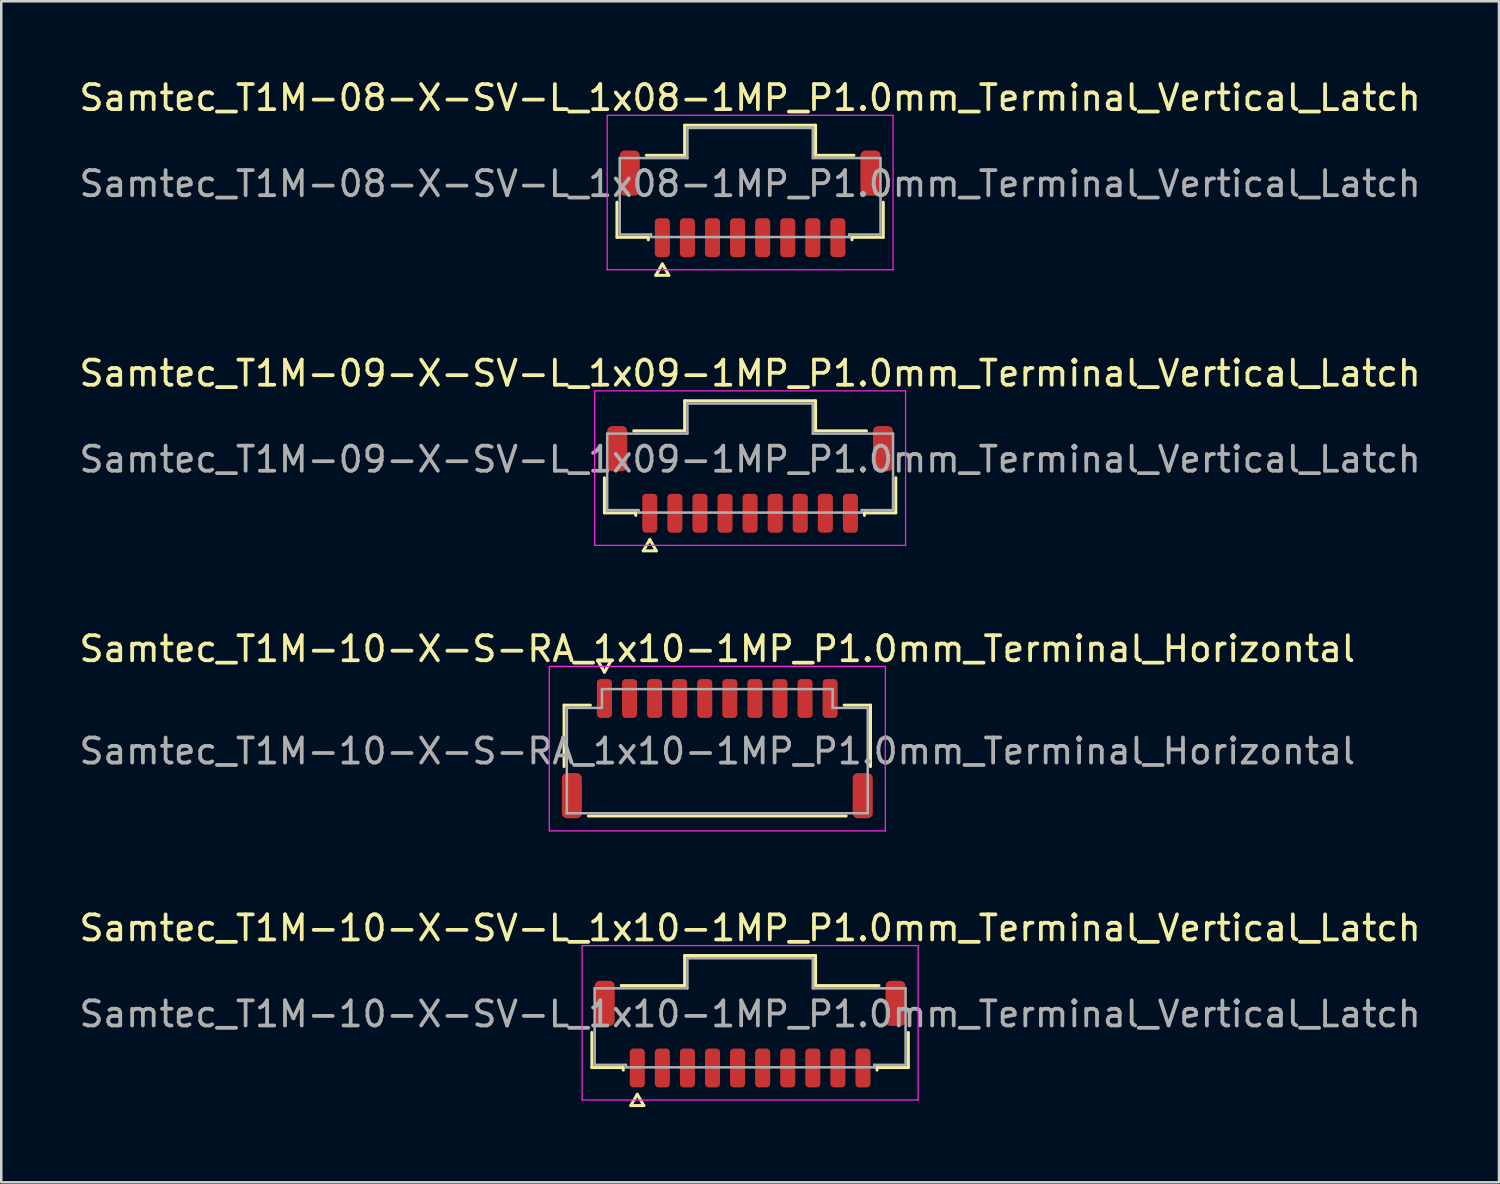
<source format=kicad_pcb>
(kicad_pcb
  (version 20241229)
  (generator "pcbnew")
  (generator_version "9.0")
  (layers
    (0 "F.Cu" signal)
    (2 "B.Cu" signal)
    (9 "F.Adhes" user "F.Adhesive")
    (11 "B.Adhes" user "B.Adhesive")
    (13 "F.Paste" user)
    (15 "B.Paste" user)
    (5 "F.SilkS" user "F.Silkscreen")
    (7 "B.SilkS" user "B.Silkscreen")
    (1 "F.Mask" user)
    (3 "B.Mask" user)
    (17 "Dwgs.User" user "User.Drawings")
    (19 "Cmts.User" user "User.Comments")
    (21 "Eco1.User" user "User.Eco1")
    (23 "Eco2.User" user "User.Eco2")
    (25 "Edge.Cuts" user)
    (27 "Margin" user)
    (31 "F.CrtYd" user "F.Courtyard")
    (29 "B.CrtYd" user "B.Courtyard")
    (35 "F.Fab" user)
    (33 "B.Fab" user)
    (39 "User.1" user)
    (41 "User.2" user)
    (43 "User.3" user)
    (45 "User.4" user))
  (footprint "Samtec_T1M-10-X-SV-L_1x10-1MP_P1.0mm_Terminal_Vertical_Latch"
    (layer "F.Cu")
    (at 26.863 37.388)
    (property "Reference" "Samtec_T1M-10-X-SV-L_1x10-1MP_P1.0mm_Terminal_Vertical_Latch" (at 0 -3.43 0) (layer "F.SilkS") (effects (font (size 1 1) (thickness 0.15))))
    (attr smd)
    (fp_line (start -6.31 2.135) (end -6.31 0.735) (stroke (width 0.12) (type solid)) (layer "F.SilkS"))
    (fp_line (start -5.14 -1.135) (end -2.61 -1.135) (stroke (width 0.12) (type solid)) (layer "F.SilkS"))
    (fp_line (start -5.06 2.135) (end -6.31 2.135) (stroke (width 0.12) (type solid)) (layer "F.SilkS"))
    (fp_line (start -5.06 2.235) (end -5.06 2.135) (stroke (width 0.12) (type solid)) (layer "F.SilkS"))
    (fp_line (start -4.76 3.65) (end -4.5 3.2) (stroke (width 0.12) (type solid)) (layer "F.SilkS"))
    (fp_line (start -4.5 3.2) (end -4.24 3.65) (stroke (width 0.12) (type solid)) (layer "F.SilkS"))
    (fp_line (start -4.24 3.65) (end -4.76 3.65) (stroke (width 0.12) (type solid)) (layer "F.SilkS"))
    (fp_line (start -2.61 -2.335) (end 2.61 -2.335) (stroke (width 0.12) (type solid)) (layer "F.SilkS"))
    (fp_line (start -2.61 -1.135) (end -2.61 -2.335) (stroke (width 0.12) (type solid)) (layer "F.SilkS"))
    (fp_line (start 2.61 -2.335) (end 2.61 -1.135) (stroke (width 0.12) (type solid)) (layer "F.SilkS"))
    (fp_line (start 2.61 -1.135) (end 5.14 -1.135) (stroke (width 0.12) (type solid)) (layer "F.SilkS"))
    (fp_line (start 5.06 2.135) (end 5.06 2.235) (stroke (width 0.12) (type solid)) (layer "F.SilkS"))
    (fp_line (start 6.31 0.735) (end 6.31 2.135) (stroke (width 0.12) (type solid)) (layer "F.SilkS"))
    (fp_line (start 6.31 2.135) (end 5.06 2.135) (stroke (width 0.12) (type solid)) (layer "F.SilkS"))
    (fp_line (start -6.7 -2.73) (end -6.7 3.43) (stroke (width 0.05) (type solid)) (layer "F.CrtYd"))
    (fp_line (start -6.7 3.43) (end 6.7 3.43) (stroke (width 0.05) (type solid)) (layer "F.CrtYd"))
    (fp_line (start 6.7 -2.73) (end -6.7 -2.73) (stroke (width 0.05) (type solid)) (layer "F.CrtYd"))
    (fp_line (start 6.7 3.43) (end 6.7 -2.73) (stroke (width 0.05) (type solid)) (layer "F.CrtYd"))
    (fp_line (start -6.2 -1.025) (end -2.5 -1.025) (stroke (width 0.1) (type solid)) (layer "F.Fab"))
    (fp_line (start -6.2 2.025) (end -6.2 -1.025) (stroke (width 0.1) (type solid)) (layer "F.Fab"))
    (fp_line (start -4.95 2.025) (end -6.2 2.025) (stroke (width 0.1) (type solid)) (layer "F.Fab"))
    (fp_line (start -4.95 2.125) (end -4.95 2.025) (stroke (width 0.1) (type solid)) (layer "F.Fab"))
    (fp_line (start -2.5 -2.225) (end 2.5 -2.225) (stroke (width 0.1) (type solid)) (layer "F.Fab"))
    (fp_line (start -2.5 -1.025) (end -2.5 -2.225) (stroke (width 0.1) (type solid)) (layer "F.Fab"))
    (fp_line (start 2.5 -2.225) (end 2.5 -1.025) (stroke (width 0.1) (type solid)) (layer "F.Fab"))
    (fp_line (start 2.5 -1.025) (end 6.2 -1.025) (stroke (width 0.1) (type solid)) (layer "F.Fab"))
    (fp_line (start 4.95 2.025) (end 4.95 2.125) (stroke (width 0.1) (type solid)) (layer "F.Fab"))
    (fp_line (start 4.95 2.125) (end -4.95 2.125) (stroke (width 0.1) (type solid)) (layer "F.Fab"))
    (fp_line (start 6.2 -1.025) (end 6.2 2.025) (stroke (width 0.1) (type solid)) (layer "F.Fab"))
    (fp_line (start 6.2 2.025) (end 4.95 2.025) (stroke (width 0.1) (type solid)) (layer "F.Fab"))
    (fp_text user "${REFERENCE}" (at 0 0 0) (layer "F.Fab") (effects (font (size 1 1) (thickness 0.15))))
    (pad "1" smd roundrect (at -4.5 2.15) (size 0.6 1.55) (layers "F.Cu" "F.Mask" "F.Paste") (roundrect_rratio 0.25))
    (pad "2" smd roundrect (at -3.5 2.15) (size 0.6 1.55) (layers "F.Cu" "F.Mask" "F.Paste") (roundrect_rratio 0.25))
    (pad "3" smd roundrect (at -2.5 2.15) (size 0.6 1.55) (layers "F.Cu" "F.Mask" "F.Paste") (roundrect_rratio 0.25))
    (pad "4" smd roundrect (at -1.5 2.15) (size 0.6 1.55) (layers "F.Cu" "F.Mask" "F.Paste") (roundrect_rratio 0.25))
    (pad "5" smd roundrect (at -0.5 2.15) (size 0.6 1.55) (layers "F.Cu" "F.Mask" "F.Paste") (roundrect_rratio 0.25))
    (pad "6" smd roundrect (at 0.5 2.15) (size 0.6 1.55) (layers "F.Cu" "F.Mask" "F.Paste") (roundrect_rratio 0.25))
    (pad "7" smd roundrect (at 1.5 2.15) (size 0.6 1.55) (layers "F.Cu" "F.Mask" "F.Paste") (roundrect_rratio 0.25))
    (pad "8" smd roundrect (at 2.5 2.15) (size 0.6 1.55) (layers "F.Cu" "F.Mask" "F.Paste") (roundrect_rratio 0.25))
    (pad "9" smd roundrect (at 3.5 2.15) (size 0.6 1.55) (layers "F.Cu" "F.Mask" "F.Paste") (roundrect_rratio 0.25))
    (pad "10" smd roundrect (at 4.5 2.15) (size 0.6 1.55) (layers "F.Cu" "F.Mask" "F.Paste") (roundrect_rratio 0.25))
    (pad "MP" smd roundrect (at -5.8 -0.425) (size 0.8 1.8) (layers "F.Cu" "F.Mask" "F.Paste") (roundrect_rratio 0.25))
    (pad "MP" smd roundrect (at 5.8 -0.425) (size 0.8 1.8) (layers "F.Cu" "F.Mask" "F.Paste") (roundrect_rratio 0.25)))
  (footprint "Samtec_T1M-08-X-SV-L_1x08-1MP_P1.0mm_Terminal_Vertical_Latch"
    (layer "F.Cu")
    (at 26.863 4.278)
    (property "Reference" "Samtec_T1M-08-X-SV-L_1x08-1MP_P1.0mm_Terminal_Vertical_Latch" (at 0 -3.43 0) (layer "F.SilkS") (effects (font (size 1 1) (thickness 0.15))))
    (attr smd)
    (fp_line (start -5.31 2.135) (end -5.31 0.735) (stroke (width 0.12) (type solid)) (layer "F.SilkS"))
    (fp_line (start -4.14 -1.135) (end -2.61 -1.135) (stroke (width 0.12) (type solid)) (layer "F.SilkS"))
    (fp_line (start -4.06 2.135) (end -5.31 2.135) (stroke (width 0.12) (type solid)) (layer "F.SilkS"))
    (fp_line (start -4.06 2.235) (end -4.06 2.135) (stroke (width 0.12) (type solid)) (layer "F.SilkS"))
    (fp_line (start -3.76 3.65) (end -3.5 3.2) (stroke (width 0.12) (type solid)) (layer "F.SilkS"))
    (fp_line (start -3.5 3.2) (end -3.24 3.65) (stroke (width 0.12) (type solid)) (layer "F.SilkS"))
    (fp_line (start -3.24 3.65) (end -3.76 3.65) (stroke (width 0.12) (type solid)) (layer "F.SilkS"))
    (fp_line (start -2.61 -2.335) (end 2.61 -2.335) (stroke (width 0.12) (type solid)) (layer "F.SilkS"))
    (fp_line (start -2.61 -1.135) (end -2.61 -2.335) (stroke (width 0.12) (type solid)) (layer "F.SilkS"))
    (fp_line (start 2.61 -2.335) (end 2.61 -1.135) (stroke (width 0.12) (type solid)) (layer "F.SilkS"))
    (fp_line (start 2.61 -1.135) (end 4.14 -1.135) (stroke (width 0.12) (type solid)) (layer "F.SilkS"))
    (fp_line (start 4.06 2.135) (end 4.06 2.235) (stroke (width 0.12) (type solid)) (layer "F.SilkS"))
    (fp_line (start 5.31 0.735) (end 5.31 2.135) (stroke (width 0.12) (type solid)) (layer "F.SilkS"))
    (fp_line (start 5.31 2.135) (end 4.06 2.135) (stroke (width 0.12) (type solid)) (layer "F.SilkS"))
    (fp_line (start -5.7 -2.73) (end -5.7 3.43) (stroke (width 0.05) (type solid)) (layer "F.CrtYd"))
    (fp_line (start -5.7 3.43) (end 5.7 3.43) (stroke (width 0.05) (type solid)) (layer "F.CrtYd"))
    (fp_line (start 5.7 -2.73) (end -5.7 -2.73) (stroke (width 0.05) (type solid)) (layer "F.CrtYd"))
    (fp_line (start 5.7 3.43) (end 5.7 -2.73) (stroke (width 0.05) (type solid)) (layer "F.CrtYd"))
    (fp_line (start -5.2 -1.025) (end -2.5 -1.025) (stroke (width 0.1) (type solid)) (layer "F.Fab"))
    (fp_line (start -5.2 2.025) (end -5.2 -1.025) (stroke (width 0.1) (type solid)) (layer "F.Fab"))
    (fp_line (start -3.95 2.025) (end -5.2 2.025) (stroke (width 0.1) (type solid)) (layer "F.Fab"))
    (fp_line (start -3.95 2.125) (end -3.95 2.025) (stroke (width 0.1) (type solid)) (layer "F.Fab"))
    (fp_line (start -2.5 -2.225) (end 2.5 -2.225) (stroke (width 0.1) (type solid)) (layer "F.Fab"))
    (fp_line (start -2.5 -1.025) (end -2.5 -2.225) (stroke (width 0.1) (type solid)) (layer "F.Fab"))
    (fp_line (start 2.5 -2.225) (end 2.5 -1.025) (stroke (width 0.1) (type solid)) (layer "F.Fab"))
    (fp_line (start 2.5 -1.025) (end 5.2 -1.025) (stroke (width 0.1) (type solid)) (layer "F.Fab"))
    (fp_line (start 3.95 2.025) (end 3.95 2.125) (stroke (width 0.1) (type solid)) (layer "F.Fab"))
    (fp_line (start 3.95 2.125) (end -3.95 2.125) (stroke (width 0.1) (type solid)) (layer "F.Fab"))
    (fp_line (start 5.2 -1.025) (end 5.2 2.025) (stroke (width 0.1) (type solid)) (layer "F.Fab"))
    (fp_line (start 5.2 2.025) (end 3.95 2.025) (stroke (width 0.1) (type solid)) (layer "F.Fab"))
    (fp_text user "${REFERENCE}" (at 0 0 0) (layer "F.Fab") (effects (font (size 1 1) (thickness 0.15))))
    (pad "1" smd roundrect (at -3.5 2.15) (size 0.6 1.55) (layers "F.Cu" "F.Mask" "F.Paste") (roundrect_rratio 0.25))
    (pad "2" smd roundrect (at -2.5 2.15) (size 0.6 1.55) (layers "F.Cu" "F.Mask" "F.Paste") (roundrect_rratio 0.25))
    (pad "3" smd roundrect (at -1.5 2.15) (size 0.6 1.55) (layers "F.Cu" "F.Mask" "F.Paste") (roundrect_rratio 0.25))
    (pad "4" smd roundrect (at -0.5 2.15) (size 0.6 1.55) (layers "F.Cu" "F.Mask" "F.Paste") (roundrect_rratio 0.25))
    (pad "5" smd roundrect (at 0.5 2.15) (size 0.6 1.55) (layers "F.Cu" "F.Mask" "F.Paste") (roundrect_rratio 0.25))
    (pad "6" smd roundrect (at 1.5 2.15) (size 0.6 1.55) (layers "F.Cu" "F.Mask" "F.Paste") (roundrect_rratio 0.25))
    (pad "7" smd roundrect (at 2.5 2.15) (size 0.6 1.55) (layers "F.Cu" "F.Mask" "F.Paste") (roundrect_rratio 0.25))
    (pad "8" smd roundrect (at 3.5 2.15) (size 0.6 1.55) (layers "F.Cu" "F.Mask" "F.Paste") (roundrect_rratio 0.25))
    (pad "MP" smd roundrect (at -4.8 -0.425) (size 0.8 1.8) (layers "F.Cu" "F.Mask" "F.Paste") (roundrect_rratio 0.25))
    (pad "MP" smd roundrect (at 4.8 -0.425) (size 0.8 1.8) (layers "F.Cu" "F.Mask" "F.Paste") (roundrect_rratio 0.25)))
  (footprint "Samtec_T1M-09-X-SV-L_1x09-1MP_P1.0mm_Terminal_Vertical_Latch"
    (layer "F.Cu")
    (at 26.863 15.267)
    (property "Reference" "Samtec_T1M-09-X-SV-L_1x09-1MP_P1.0mm_Terminal_Vertical_Latch" (at 0 -3.43 0) (layer "F.SilkS") (effects (font (size 1 1) (thickness 0.15))))
    (attr smd)
    (fp_line (start -5.81 2.135) (end -5.81 0.735) (stroke (width 0.12) (type solid)) (layer "F.SilkS"))
    (fp_line (start -4.64 -1.135) (end -2.61 -1.135) (stroke (width 0.12) (type solid)) (layer "F.SilkS"))
    (fp_line (start -4.56 2.135) (end -5.81 2.135) (stroke (width 0.12) (type solid)) (layer "F.SilkS"))
    (fp_line (start -4.56 2.235) (end -4.56 2.135) (stroke (width 0.12) (type solid)) (layer "F.SilkS"))
    (fp_line (start -4.26 3.65) (end -4 3.2) (stroke (width 0.12) (type solid)) (layer "F.SilkS"))
    (fp_line (start -4 3.2) (end -3.74 3.65) (stroke (width 0.12) (type solid)) (layer "F.SilkS"))
    (fp_line (start -3.74 3.65) (end -4.26 3.65) (stroke (width 0.12) (type solid)) (layer "F.SilkS"))
    (fp_line (start -2.61 -2.335) (end 2.61 -2.335) (stroke (width 0.12) (type solid)) (layer "F.SilkS"))
    (fp_line (start -2.61 -1.135) (end -2.61 -2.335) (stroke (width 0.12) (type solid)) (layer "F.SilkS"))
    (fp_line (start 2.61 -2.335) (end 2.61 -1.135) (stroke (width 0.12) (type solid)) (layer "F.SilkS"))
    (fp_line (start 2.61 -1.135) (end 4.64 -1.135) (stroke (width 0.12) (type solid)) (layer "F.SilkS"))
    (fp_line (start 4.56 2.135) (end 4.56 2.235) (stroke (width 0.12) (type solid)) (layer "F.SilkS"))
    (fp_line (start 5.81 0.735) (end 5.81 2.135) (stroke (width 0.12) (type solid)) (layer "F.SilkS"))
    (fp_line (start 5.81 2.135) (end 4.56 2.135) (stroke (width 0.12) (type solid)) (layer "F.SilkS"))
    (fp_line (start -6.2 -2.73) (end -6.2 3.43) (stroke (width 0.05) (type solid)) (layer "F.CrtYd"))
    (fp_line (start -6.2 3.43) (end 6.2 3.43) (stroke (width 0.05) (type solid)) (layer "F.CrtYd"))
    (fp_line (start 6.2 -2.73) (end -6.2 -2.73) (stroke (width 0.05) (type solid)) (layer "F.CrtYd"))
    (fp_line (start 6.2 3.43) (end 6.2 -2.73) (stroke (width 0.05) (type solid)) (layer "F.CrtYd"))
    (fp_line (start -5.7 -1.025) (end -2.5 -1.025) (stroke (width 0.1) (type solid)) (layer "F.Fab"))
    (fp_line (start -5.7 2.025) (end -5.7 -1.025) (stroke (width 0.1) (type solid)) (layer "F.Fab"))
    (fp_line (start -4.45 2.025) (end -5.7 2.025) (stroke (width 0.1) (type solid)) (layer "F.Fab"))
    (fp_line (start -4.45 2.125) (end -4.45 2.025) (stroke (width 0.1) (type solid)) (layer "F.Fab"))
    (fp_line (start -2.5 -2.225) (end 2.5 -2.225) (stroke (width 0.1) (type solid)) (layer "F.Fab"))
    (fp_line (start -2.5 -1.025) (end -2.5 -2.225) (stroke (width 0.1) (type solid)) (layer "F.Fab"))
    (fp_line (start 2.5 -2.225) (end 2.5 -1.025) (stroke (width 0.1) (type solid)) (layer "F.Fab"))
    (fp_line (start 2.5 -1.025) (end 5.7 -1.025) (stroke (width 0.1) (type solid)) (layer "F.Fab"))
    (fp_line (start 4.45 2.025) (end 4.45 2.125) (stroke (width 0.1) (type solid)) (layer "F.Fab"))
    (fp_line (start 4.45 2.125) (end -4.45 2.125) (stroke (width 0.1) (type solid)) (layer "F.Fab"))
    (fp_line (start 5.7 -1.025) (end 5.7 2.025) (stroke (width 0.1) (type solid)) (layer "F.Fab"))
    (fp_line (start 5.7 2.025) (end 4.45 2.025) (stroke (width 0.1) (type solid)) (layer "F.Fab"))
    (fp_text user "${REFERENCE}" (at 0 0 0) (layer "F.Fab") (effects (font (size 1 1) (thickness 0.15))))
    (pad "1" smd roundrect (at -4 2.15) (size 0.6 1.55) (layers "F.Cu" "F.Mask" "F.Paste") (roundrect_rratio 0.25))
    (pad "2" smd roundrect (at -3 2.15) (size 0.6 1.55) (layers "F.Cu" "F.Mask" "F.Paste") (roundrect_rratio 0.25))
    (pad "3" smd roundrect (at -2 2.15) (size 0.6 1.55) (layers "F.Cu" "F.Mask" "F.Paste") (roundrect_rratio 0.25))
    (pad "4" smd roundrect (at -1 2.15) (size 0.6 1.55) (layers "F.Cu" "F.Mask" "F.Paste") (roundrect_rratio 0.25))
    (pad "5" smd roundrect (at 0 2.15) (size 0.6 1.55) (layers "F.Cu" "F.Mask" "F.Paste") (roundrect_rratio 0.25))
    (pad "6" smd roundrect (at 1 2.15) (size 0.6 1.55) (layers "F.Cu" "F.Mask" "F.Paste") (roundrect_rratio 0.25))
    (pad "7" smd roundrect (at 2 2.15) (size 0.6 1.55) (layers "F.Cu" "F.Mask" "F.Paste") (roundrect_rratio 0.25))
    (pad "8" smd roundrect (at 3 2.15) (size 0.6 1.55) (layers "F.Cu" "F.Mask" "F.Paste") (roundrect_rratio 0.25))
    (pad "9" smd roundrect (at 4 2.15) (size 0.6 1.55) (layers "F.Cu" "F.Mask" "F.Paste") (roundrect_rratio 0.25))
    (pad "MP" smd roundrect (at -5.3 -0.425) (size 0.8 1.8) (layers "F.Cu" "F.Mask" "F.Paste") (roundrect_rratio 0.25))
    (pad "MP" smd roundrect (at 5.3 -0.425) (size 0.8 1.8) (layers "F.Cu" "F.Mask" "F.Paste") (roundrect_rratio 0.25)))
  (footprint "Samtec_T1M-10-X-S-RA_1x10-1MP_P1.0mm_Terminal_Horizontal"
    (layer "F.Cu")
    (at 25.554 26.905)
    (property "Reference" "Samtec_T1M-10-X-S-RA_1x10-1MP_P1.0mm_Terminal_Horizontal" (at 0 -4.08 0) (layer "F.SilkS") (effects (font (size 1 1) (thickness 0.15))))
    (attr smd)
    (fp_line (start -6.11 -1.835) (end -5.06 -1.835) (stroke (width 0.12) (type solid)) (layer "F.SilkS"))
    (fp_line (start -6.11 0.615) (end -6.11 -1.835) (stroke (width 0.12) (type solid)) (layer "F.SilkS"))
    (fp_line (start -4.76 -3.6) (end -4.5 -3.15) (stroke (width 0.12) (type solid)) (layer "F.SilkS"))
    (fp_line (start -4.5 -3.15) (end -4.24 -3.6) (stroke (width 0.12) (type solid)) (layer "F.SilkS"))
    (fp_line (start -4.24 -3.6) (end -4.76 -3.6) (stroke (width 0.12) (type solid)) (layer "F.SilkS"))
    (fp_line (start 5.06 -1.835) (end 6.11 -1.835) (stroke (width 0.12) (type solid)) (layer "F.SilkS"))
    (fp_line (start 5.14 2.585) (end -5.14 2.585) (stroke (width 0.12) (type solid)) (layer "F.SilkS"))
    (fp_line (start 6.11 -1.835) (end 6.11 0.615) (stroke (width 0.12) (type solid)) (layer "F.SilkS"))
    (fp_line (start -6.7 -3.38) (end -6.7 3.18) (stroke (width 0.05) (type solid)) (layer "F.CrtYd"))
    (fp_line (start -6.7 3.18) (end 6.7 3.18) (stroke (width 0.05) (type solid)) (layer "F.CrtYd"))
    (fp_line (start 6.7 -3.38) (end -6.7 -3.38) (stroke (width 0.05) (type solid)) (layer "F.CrtYd"))
    (fp_line (start 6.7 3.18) (end 6.7 -3.38) (stroke (width 0.05) (type solid)) (layer "F.CrtYd"))
    (fp_line (start -6 -1.725) (end -4.6 -1.725) (stroke (width 0.1) (type solid)) (layer "F.Fab"))
    (fp_line (start -6 2.475) (end -6 -1.725) (stroke (width 0.1) (type solid)) (layer "F.Fab"))
    (fp_line (start -4.6 -2.475) (end 4.6 -2.475) (stroke (width 0.1) (type solid)) (layer "F.Fab"))
    (fp_line (start -4.6 -1.725) (end -4.6 -2.475) (stroke (width 0.1) (type solid)) (layer "F.Fab"))
    (fp_line (start 4.6 -2.475) (end 4.6 -1.725) (stroke (width 0.1) (type solid)) (layer "F.Fab"))
    (fp_line (start 4.6 -1.725) (end 6 -1.725) (stroke (width 0.1) (type solid)) (layer "F.Fab"))
    (fp_line (start 6 -1.725) (end 6 2.475) (stroke (width 0.1) (type solid)) (layer "F.Fab"))
    (fp_line (start 6 2.475) (end -6 2.475) (stroke (width 0.1) (type solid)) (layer "F.Fab"))
    (fp_text user "${REFERENCE}" (at 0 0 0) (layer "F.Fab") (effects (font (size 1 1) (thickness 0.15))))
    (pad "1" smd roundrect (at -4.5 -2.1) (size 0.6 1.55) (layers "F.Cu" "F.Mask" "F.Paste") (roundrect_rratio 0.25))
    (pad "2" smd roundrect (at -3.5 -2.1) (size 0.6 1.55) (layers "F.Cu" "F.Mask" "F.Paste") (roundrect_rratio 0.25))
    (pad "3" smd roundrect (at -2.5 -2.1) (size 0.6 1.55) (layers "F.Cu" "F.Mask" "F.Paste") (roundrect_rratio 0.25))
    (pad "4" smd roundrect (at -1.5 -2.1) (size 0.6 1.55) (layers "F.Cu" "F.Mask" "F.Paste") (roundrect_rratio 0.25))
    (pad "5" smd roundrect (at -0.5 -2.1) (size 0.6 1.55) (layers "F.Cu" "F.Mask" "F.Paste") (roundrect_rratio 0.25))
    (pad "6" smd roundrect (at 0.5 -2.1) (size 0.6 1.55) (layers "F.Cu" "F.Mask" "F.Paste") (roundrect_rratio 0.25))
    (pad "7" smd roundrect (at 1.5 -2.1) (size 0.6 1.55) (layers "F.Cu" "F.Mask" "F.Paste") (roundrect_rratio 0.25))
    (pad "8" smd roundrect (at 2.5 -2.1) (size 0.6 1.55) (layers "F.Cu" "F.Mask" "F.Paste") (roundrect_rratio 0.25))
    (pad "9" smd roundrect (at 3.5 -2.1) (size 0.6 1.55) (layers "F.Cu" "F.Mask" "F.Paste") (roundrect_rratio 0.25))
    (pad "10" smd roundrect (at 4.5 -2.1) (size 0.6 1.55) (layers "F.Cu" "F.Mask" "F.Paste") (roundrect_rratio 0.25))
    (pad "MP" smd roundrect (at -5.8 1.775) (size 0.8 1.8) (layers "F.Cu" "F.Mask" "F.Paste") (roundrect_rratio 0.25))
    (pad "MP" smd roundrect (at 5.8 1.775) (size 0.8 1.8) (layers "F.Cu" "F.Mask" "F.Paste") (roundrect_rratio 0.25)))
  (gr_rect
    (start -3 -3)
    (end 56.726 44.098)
    (stroke (width 0.1) (type default))
    (fill no)
    (layer "Edge.Cuts")))
</source>
